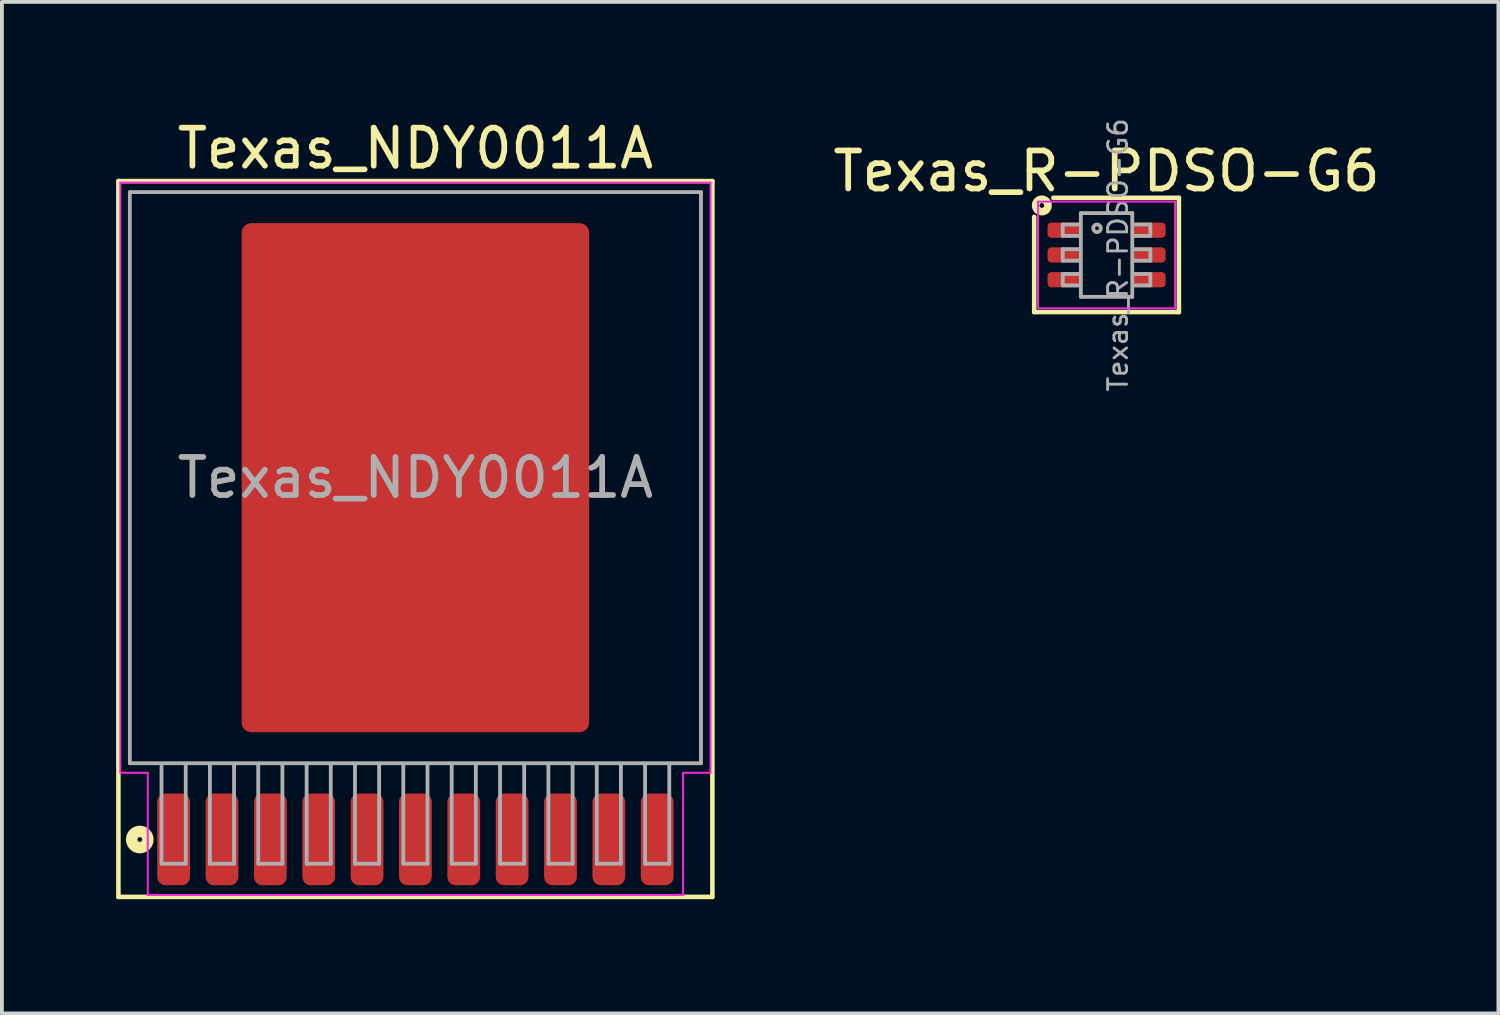
<source format=kicad_pcb>
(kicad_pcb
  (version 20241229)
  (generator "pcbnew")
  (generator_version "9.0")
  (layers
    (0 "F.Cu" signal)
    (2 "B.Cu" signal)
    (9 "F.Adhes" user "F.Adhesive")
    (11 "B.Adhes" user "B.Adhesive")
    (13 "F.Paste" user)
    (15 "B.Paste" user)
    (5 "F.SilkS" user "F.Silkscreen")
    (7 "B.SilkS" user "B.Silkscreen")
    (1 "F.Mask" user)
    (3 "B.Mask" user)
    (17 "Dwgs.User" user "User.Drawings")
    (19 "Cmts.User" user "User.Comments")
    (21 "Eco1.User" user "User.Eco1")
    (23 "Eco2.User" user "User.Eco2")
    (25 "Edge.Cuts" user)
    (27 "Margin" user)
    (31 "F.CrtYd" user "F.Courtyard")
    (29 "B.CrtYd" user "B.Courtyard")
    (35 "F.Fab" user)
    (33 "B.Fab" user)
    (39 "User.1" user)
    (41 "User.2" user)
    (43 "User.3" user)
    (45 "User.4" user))
  (footprint "Texas_R-PDSO-G6"
    (layer "F.Cu")
    (at 26.012 3.646)
    (property "Reference" "Texas_R-PDSO-G6" (at 0 -2.199 0) (layer "F.SilkS") (effects (font (size 1 1) (thickness 0.15))))
    (attr smd)
    (fp_line (start -1.9 -1) (end -1.9 1.5) (stroke (width 0.12) (type solid)) (layer "F.SilkS"))
    (fp_line (start -1.9 1.5) (end 1.9 1.5) (stroke (width 0.12) (type solid)) (layer "F.SilkS"))
    (fp_line (start 1.9 -1.5) (end -1.4 -1.5) (stroke (width 0.12) (type solid)) (layer "F.SilkS"))
    (fp_line (start 1.9 1.5) (end 1.9 -1.5) (stroke (width 0.12) (type solid)) (layer "F.SilkS"))
    (fp_circle (center -1.7 -1.3) (end -1.637 -1.3) (stroke (width 0.2) (type solid)) (fill no) (layer "F.SilkS"))
    (fp_line (start -1.8 -1.4) (end -1.8 1.4) (stroke (width 0.05) (type solid)) (layer "F.CrtYd"))
    (fp_line (start -1.8 -1.4) (end 1.8 -1.4) (stroke (width 0.05) (type solid)) (layer "F.CrtYd"))
    (fp_line (start -1.8 1.4) (end 1.8 1.4) (stroke (width 0.05) (type solid)) (layer "F.CrtYd"))
    (fp_line (start 1.8 1.4) (end 1.8 -1.4) (stroke (width 0.05) (type solid)) (layer "F.CrtYd"))
    (fp_line (start -1.15 -0.8) (end -1.15 -0.5) (stroke (width 0.1) (type solid)) (layer "F.Fab"))
    (fp_line (start -1.15 -0.8) (end -0.7 -0.8) (stroke (width 0.1) (type solid)) (layer "F.Fab"))
    (fp_line (start -1.15 -0.5) (end -0.7 -0.5) (stroke (width 0.1) (type solid)) (layer "F.Fab"))
    (fp_line (start -1.15 -0.15) (end -1.15 0.15) (stroke (width 0.1) (type solid)) (layer "F.Fab"))
    (fp_line (start -1.15 -0.15) (end -0.7 -0.15) (stroke (width 0.1) (type solid)) (layer "F.Fab"))
    (fp_line (start -1.15 0.15) (end -0.7 0.15) (stroke (width 0.1) (type solid)) (layer "F.Fab"))
    (fp_line (start -1.15 0.5) (end -1.15 0.8) (stroke (width 0.1) (type solid)) (layer "F.Fab"))
    (fp_line (start -1.15 0.5) (end -0.7 0.5) (stroke (width 0.1) (type solid)) (layer "F.Fab"))
    (fp_line (start -1.15 0.8) (end -0.7 0.8) (stroke (width 0.1) (type solid)) (layer "F.Fab"))
    (fp_line (start -0.675 -1.1) (end -0.675 1.1) (stroke (width 0.1) (type solid)) (layer "F.Fab"))
    (fp_line (start 0.675 -1.1) (end -0.675 -1.1) (stroke (width 0.1) (type solid)) (layer "F.Fab"))
    (fp_line (start 0.675 -1.1) (end 0.675 1.1) (stroke (width 0.1) (type solid)) (layer "F.Fab"))
    (fp_line (start 0.675 1.1) (end -0.675 1.1) (stroke (width 0.1) (type solid)) (layer "F.Fab"))
    (fp_line (start 1.15 -0.8) (end 0.7 -0.8) (stroke (width 0.1) (type solid)) (layer "F.Fab"))
    (fp_line (start 1.15 -0.5) (end 0.7 -0.5) (stroke (width 0.1) (type solid)) (layer "F.Fab"))
    (fp_line (start 1.15 -0.5) (end 1.15 -0.8) (stroke (width 0.1) (type solid)) (layer "F.Fab"))
    (fp_line (start 1.15 -0.15) (end 0.7 -0.15) (stroke (width 0.1) (type solid)) (layer "F.Fab"))
    (fp_line (start 1.15 0.15) (end 0.7 0.15) (stroke (width 0.1) (type solid)) (layer "F.Fab"))
    (fp_line (start 1.15 0.15) (end 1.15 -0.15) (stroke (width 0.1) (type solid)) (layer "F.Fab"))
    (fp_line (start 1.15 0.5) (end 0.7 0.5) (stroke (width 0.1) (type solid)) (layer "F.Fab"))
    (fp_line (start 1.15 0.8) (end 0.7 0.8) (stroke (width 0.1) (type solid)) (layer "F.Fab"))
    (fp_line (start 1.15 0.8) (end 1.15 0.5) (stroke (width 0.1) (type solid)) (layer "F.Fab"))
    (fp_circle (center -0.25 -0.7) (end -0.15 -0.7) (stroke (width 0.1) (type solid)) (fill no) (layer "F.Fab"))
    (fp_text user "${REFERENCE}" (at 0.3 0 90) (layer "F.Fab") (effects (font (size 0.5 0.5) (thickness 0.075))))
    (pad "1" smd roundrect (at -1.1 -0.65) (size 0.9 0.4) (layers "F.Cu" "F.Mask" "F.Paste") (roundrect_rratio 0.25))
    (pad "2" smd roundrect (at -1.1 0) (size 0.9 0.4) (layers "F.Cu" "F.Mask" "F.Paste") (roundrect_rratio 0.25))
    (pad "3" smd roundrect (at -1.1 0.65) (size 0.9 0.4) (layers "F.Cu" "F.Mask" "F.Paste") (roundrect_rratio 0.25))
    (pad "4" smd roundrect (at 1.1 0.65) (size 0.9 0.4) (layers "F.Cu" "F.Mask" "F.Paste") (roundrect_rratio 0.25))
    (pad "5" smd roundrect (at 1.1 0) (size 0.9 0.4) (layers "F.Cu" "F.Mask" "F.Paste") (roundrect_rratio 0.25))
    (pad "6" smd roundrect (at 1.1 -0.65) (size 0.9 0.4) (layers "F.Cu" "F.Mask" "F.Paste") (roundrect_rratio 0.25)))
  (footprint "Texas_NDY0011A"
    (layer "F.Cu")
    (at 7.86 11.506)
    (property "Reference" "Texas_NDY0011A" (at 0 -10.658 0) (layer "F.SilkS") (effects (font (size 1 1) (thickness 0.15))))
    (attr smd)
    (fp_line (start -7.8 -9.8) (end -7.8 9) (stroke (width 0.12) (type solid)) (layer "F.SilkS"))
    (fp_line (start -7.8 9) (end 7.8 9) (stroke (width 0.12) (type solid)) (layer "F.SilkS"))
    (fp_line (start 7.8 -9.8) (end -7.8 -9.8) (stroke (width 0.12) (type solid)) (layer "F.SilkS"))
    (fp_line (start 7.8 9) (end 7.8 -9.8) (stroke (width 0.12) (type solid)) (layer "F.SilkS"))
    (fp_circle (center -7.239 7.493) (end -7.176 7.493) (stroke (width 0.3) (type solid)) (fill no) (layer "F.SilkS"))
    (fp_line (start -7.75 -9.76) (end 7.75 -9.76) (stroke (width 0.05) (type solid)) (layer "F.CrtYd"))
    (fp_line (start -7.75 5.74) (end -7.75 -9.76) (stroke (width 0.05) (type solid)) (layer "F.CrtYd"))
    (fp_line (start -7.03 5.74) (end -7.75 5.74) (stroke (width 0.05) (type solid)) (layer "F.CrtYd"))
    (fp_line (start -7.03 8.95) (end -7.03 5.74) (stroke (width 0.05) (type solid)) (layer "F.CrtYd"))
    (fp_line (start 7.03 5.74) (end 7.03 8.95) (stroke (width 0.05) (type solid)) (layer "F.CrtYd"))
    (fp_line (start 7.03 8.95) (end -7.03 8.95) (stroke (width 0.05) (type solid)) (layer "F.CrtYd"))
    (fp_line (start 7.75 -9.76) (end 7.75 5.74) (stroke (width 0.05) (type solid)) (layer "F.CrtYd"))
    (fp_line (start 7.75 5.74) (end 7.03 5.74) (stroke (width 0.05) (type solid)) (layer "F.CrtYd"))
    (fp_line (start -7.5 -9.51) (end 7.5 -9.51) (stroke (width 0.1) (type solid)) (layer "F.Fab"))
    (fp_line (start -7.5 5.49) (end -7.5 -9.51) (stroke (width 0.1) (type solid)) (layer "F.Fab"))
    (fp_line (start -6.668 5.524) (end -6.668 8.128) (stroke (width 0.1) (type solid)) (layer "F.Fab"))
    (fp_line (start -6.668 8.128) (end -6.032 8.128) (stroke (width 0.1) (type solid)) (layer "F.Fab"))
    (fp_line (start -6.032 8.128) (end -6.032 5.524) (stroke (width 0.1) (type solid)) (layer "F.Fab"))
    (fp_line (start -5.397 5.524) (end -5.397 8.128) (stroke (width 0.1) (type solid)) (layer "F.Fab"))
    (fp_line (start -5.397 8.128) (end -4.763 8.128) (stroke (width 0.1) (type solid)) (layer "F.Fab"))
    (fp_line (start -4.763 8.128) (end -4.763 5.524) (stroke (width 0.1) (type solid)) (layer "F.Fab"))
    (fp_line (start -4.128 5.524) (end -4.128 8.128) (stroke (width 0.1) (type solid)) (layer "F.Fab"))
    (fp_line (start -4.128 8.128) (end -3.493 8.128) (stroke (width 0.1) (type solid)) (layer "F.Fab"))
    (fp_line (start -3.493 8.128) (end -3.493 5.524) (stroke (width 0.1) (type solid)) (layer "F.Fab"))
    (fp_line (start -2.857 5.524) (end -2.857 8.128) (stroke (width 0.1) (type solid)) (layer "F.Fab"))
    (fp_line (start -2.857 8.128) (end -2.223 8.128) (stroke (width 0.1) (type solid)) (layer "F.Fab"))
    (fp_line (start -2.223 8.128) (end -2.223 5.524) (stroke (width 0.1) (type solid)) (layer "F.Fab"))
    (fp_line (start -1.587 5.524) (end -1.587 8.128) (stroke (width 0.1) (type solid)) (layer "F.Fab"))
    (fp_line (start -1.587 8.128) (end -0.953 8.128) (stroke (width 0.1) (type solid)) (layer "F.Fab"))
    (fp_line (start -0.953 8.128) (end -0.953 5.524) (stroke (width 0.1) (type solid)) (layer "F.Fab"))
    (fp_line (start -0.318 5.524) (end -0.318 8.128) (stroke (width 0.1) (type solid)) (layer "F.Fab"))
    (fp_line (start -0.318 8.128) (end 0.318 8.128) (stroke (width 0.1) (type solid)) (layer "F.Fab"))
    (fp_line (start 0.318 8.128) (end 0.318 5.524) (stroke (width 0.1) (type solid)) (layer "F.Fab"))
    (fp_line (start 0.953 5.524) (end 0.953 8.128) (stroke (width 0.1) (type solid)) (layer "F.Fab"))
    (fp_line (start 0.953 8.128) (end 1.587 8.128) (stroke (width 0.1) (type solid)) (layer "F.Fab"))
    (fp_line (start 1.587 8.128) (end 1.587 5.524) (stroke (width 0.1) (type solid)) (layer "F.Fab"))
    (fp_line (start 2.223 5.524) (end 2.223 8.128) (stroke (width 0.1) (type solid)) (layer "F.Fab"))
    (fp_line (start 2.223 8.128) (end 2.857 8.128) (stroke (width 0.1) (type solid)) (layer "F.Fab"))
    (fp_line (start 2.857 8.128) (end 2.857 5.524) (stroke (width 0.1) (type solid)) (layer "F.Fab"))
    (fp_line (start 3.493 5.524) (end 3.493 8.128) (stroke (width 0.1) (type solid)) (layer "F.Fab"))
    (fp_line (start 3.493 8.128) (end 4.128 8.128) (stroke (width 0.1) (type solid)) (layer "F.Fab"))
    (fp_line (start 4.128 8.128) (end 4.128 5.524) (stroke (width 0.1) (type solid)) (layer "F.Fab"))
    (fp_line (start 4.763 5.524) (end 4.763 8.128) (stroke (width 0.1) (type solid)) (layer "F.Fab"))
    (fp_line (start 4.763 8.128) (end 5.397 8.128) (stroke (width 0.1) (type solid)) (layer "F.Fab"))
    (fp_line (start 5.397 8.128) (end 5.397 5.524) (stroke (width 0.1) (type solid)) (layer "F.Fab"))
    (fp_line (start 6.032 5.524) (end 6.032 8.128) (stroke (width 0.1) (type solid)) (layer "F.Fab"))
    (fp_line (start 6.032 8.128) (end 6.668 8.128) (stroke (width 0.1) (type solid)) (layer "F.Fab"))
    (fp_line (start 6.668 8.128) (end 6.668 5.524) (stroke (width 0.1) (type solid)) (layer "F.Fab"))
    (fp_line (start 7.5 -9.51) (end 7.5 5.49) (stroke (width 0.1) (type solid)) (layer "F.Fab"))
    (fp_line (start 7.5 5.49) (end -7.5 5.49) (stroke (width 0.1) (type solid)) (layer "F.Fab"))
    (fp_text user "${REFERENCE}" (at 0 -2.01 0) (layer "F.Fab") (effects (font (size 1 1) (thickness 0.15))))
    (pad "" smd roundrect (at -3.6 -7.5) (size 1.5 1.9) (layers "F.Paste") (roundrect_rratio 0.167))
    (pad "" smd roundrect (at -3.6 -5.3) (size 1.5 1.9) (layers "F.Paste") (roundrect_rratio 0.167))
    (pad "" smd roundrect (at -3.6 -3.1) (size 1.5 1.9) (layers "F.Paste") (roundrect_rratio 0.167))
    (pad "" smd roundrect (at -3.6 -0.9) (size 1.5 1.9) (layers "F.Paste") (roundrect_rratio 0.167))
    (pad "" smd roundrect (at -3.6 1.3) (size 1.5 1.9) (layers "F.Paste") (roundrect_rratio 0.167))
    (pad "" smd roundrect (at -3.6 3.5) (size 1.5 1.9) (layers "F.Paste") (roundrect_rratio 0.167))
    (pad "" smd roundrect (at -1.8 -7.5) (size 1.5 1.9) (layers "F.Paste") (roundrect_rratio 0.167))
    (pad "" smd roundrect (at -1.8 -5.3) (size 1.5 1.9) (layers "F.Paste") (roundrect_rratio 0.167))
    (pad "" smd roundrect (at -1.8 -3.1) (size 1.5 1.9) (layers "F.Paste") (roundrect_rratio 0.167))
    (pad "" smd roundrect (at -1.8 -0.9) (size 1.5 1.9) (layers "F.Paste") (roundrect_rratio 0.167))
    (pad "" smd roundrect (at -1.8 1.3) (size 1.5 1.9) (layers "F.Paste") (roundrect_rratio 0.167))
    (pad "" smd roundrect (at -1.8 3.5) (size 1.5 1.9) (layers "F.Paste") (roundrect_rratio 0.167))
    (pad "" smd roundrect (at 0 -7.5) (size 1.5 1.9) (layers "F.Paste") (roundrect_rratio 0.167))
    (pad "" smd roundrect (at 0 -5.3) (size 1.5 1.9) (layers "F.Paste") (roundrect_rratio 0.167))
    (pad "" smd roundrect (at 0 -3.1) (size 1.5 1.9) (layers "F.Paste") (roundrect_rratio 0.167))
    (pad "" smd roundrect (at 0 -0.9) (size 1.5 1.9) (layers "F.Paste") (roundrect_rratio 0.167))
    (pad "" smd roundrect (at 0 1.3) (size 1.5 1.9) (layers "F.Paste") (roundrect_rratio 0.167))
    (pad "" smd roundrect (at 0 3.5) (size 1.5 1.9) (layers "F.Paste") (roundrect_rratio 0.167))
    (pad "" smd roundrect (at 1.8 -7.5) (size 1.5 1.9) (layers "F.Paste") (roundrect_rratio 0.167))
    (pad "" smd roundrect (at 1.8 -5.3) (size 1.5 1.9) (layers "F.Paste") (roundrect_rratio 0.167))
    (pad "" smd roundrect (at 1.8 -3.1) (size 1.5 1.9) (layers "F.Paste") (roundrect_rratio 0.167))
    (pad "" smd roundrect (at 1.8 -0.9) (size 1.5 1.9) (layers "F.Paste") (roundrect_rratio 0.167))
    (pad "" smd roundrect (at 1.8 1.3) (size 1.5 1.9) (layers "F.Paste") (roundrect_rratio 0.167))
    (pad "" smd roundrect (at 1.8 3.5) (size 1.5 1.9) (layers "F.Paste") (roundrect_rratio 0.167))
    (pad "" smd roundrect (at 3.6 -7.5) (size 1.5 1.9) (layers "F.Paste") (roundrect_rratio 0.167))
    (pad "" smd roundrect (at 3.6 -5.3) (size 1.5 1.9) (layers "F.Paste") (roundrect_rratio 0.167))
    (pad "" smd roundrect (at 3.6 -3.1) (size 1.5 1.9) (layers "F.Paste") (roundrect_rratio 0.167))
    (pad "" smd roundrect (at 3.6 -0.9) (size 1.5 1.9) (layers "F.Paste") (roundrect_rratio 0.167))
    (pad "" smd roundrect (at 3.6 1.3) (size 1.5 1.9) (layers "F.Paste") (roundrect_rratio 0.167))
    (pad "" smd roundrect (at 3.6 3.5) (size 1.5 1.9) (layers "F.Paste") (roundrect_rratio 0.167))
    (pad "1" smd roundrect (at -6.35 7.49) (size 0.86 2.41) (layers "F.Cu" "F.Mask" "F.Paste") (roundrect_rratio 0.25))
    (pad "2" smd roundrect (at -5.08 7.49) (size 0.86 2.41) (layers "F.Cu" "F.Mask" "F.Paste") (roundrect_rratio 0.25))
    (pad "3" smd roundrect (at -3.81 7.49) (size 0.86 2.41) (layers "F.Cu" "F.Mask" "F.Paste") (roundrect_rratio 0.25))
    (pad "4" smd roundrect (at -2.54 7.49) (size 0.86 2.41) (layers "F.Cu" "F.Mask" "F.Paste") (roundrect_rratio 0.25))
    (pad "5" smd roundrect (at -1.27 7.49) (size 0.86 2.41) (layers "F.Cu" "F.Mask" "F.Paste") (roundrect_rratio 0.25))
    (pad "6" smd roundrect (at 0 7.49) (size 0.86 2.41) (layers "F.Cu" "F.Mask" "F.Paste") (roundrect_rratio 0.25))
    (pad "7" smd roundrect (at 1.27 7.49) (size 0.86 2.41) (layers "F.Cu" "F.Mask" "F.Paste") (roundrect_rratio 0.25))
    (pad "8" smd roundrect (at 2.54 7.49) (size 0.86 2.41) (layers "F.Cu" "F.Mask" "F.Paste") (roundrect_rratio 0.25))
    (pad "9" smd roundrect (at 3.81 7.49) (size 0.86 2.41) (layers "F.Cu" "F.Mask" "F.Paste") (roundrect_rratio 0.25))
    (pad "10" smd roundrect (at 5.08 7.49) (size 0.86 2.41) (layers "F.Cu" "F.Mask" "F.Paste") (roundrect_rratio 0.25))
    (pad "11" smd roundrect (at 6.35 7.49) (size 0.86 2.41) (layers "F.Cu" "F.Mask" "F.Paste") (roundrect_rratio 0.25))
    (pad "12" smd roundrect (at 0 -2.01) (size 9.126 13.37) (layers "F.Cu" "F.Mask") (roundrect_rratio 0.027)))
  (gr_rect
    (start -3 -3)
    (end 36.303 23.566)
    (stroke (width 0.1) (type default))
    (fill no)
    (layer "Edge.Cuts")))
</source>
